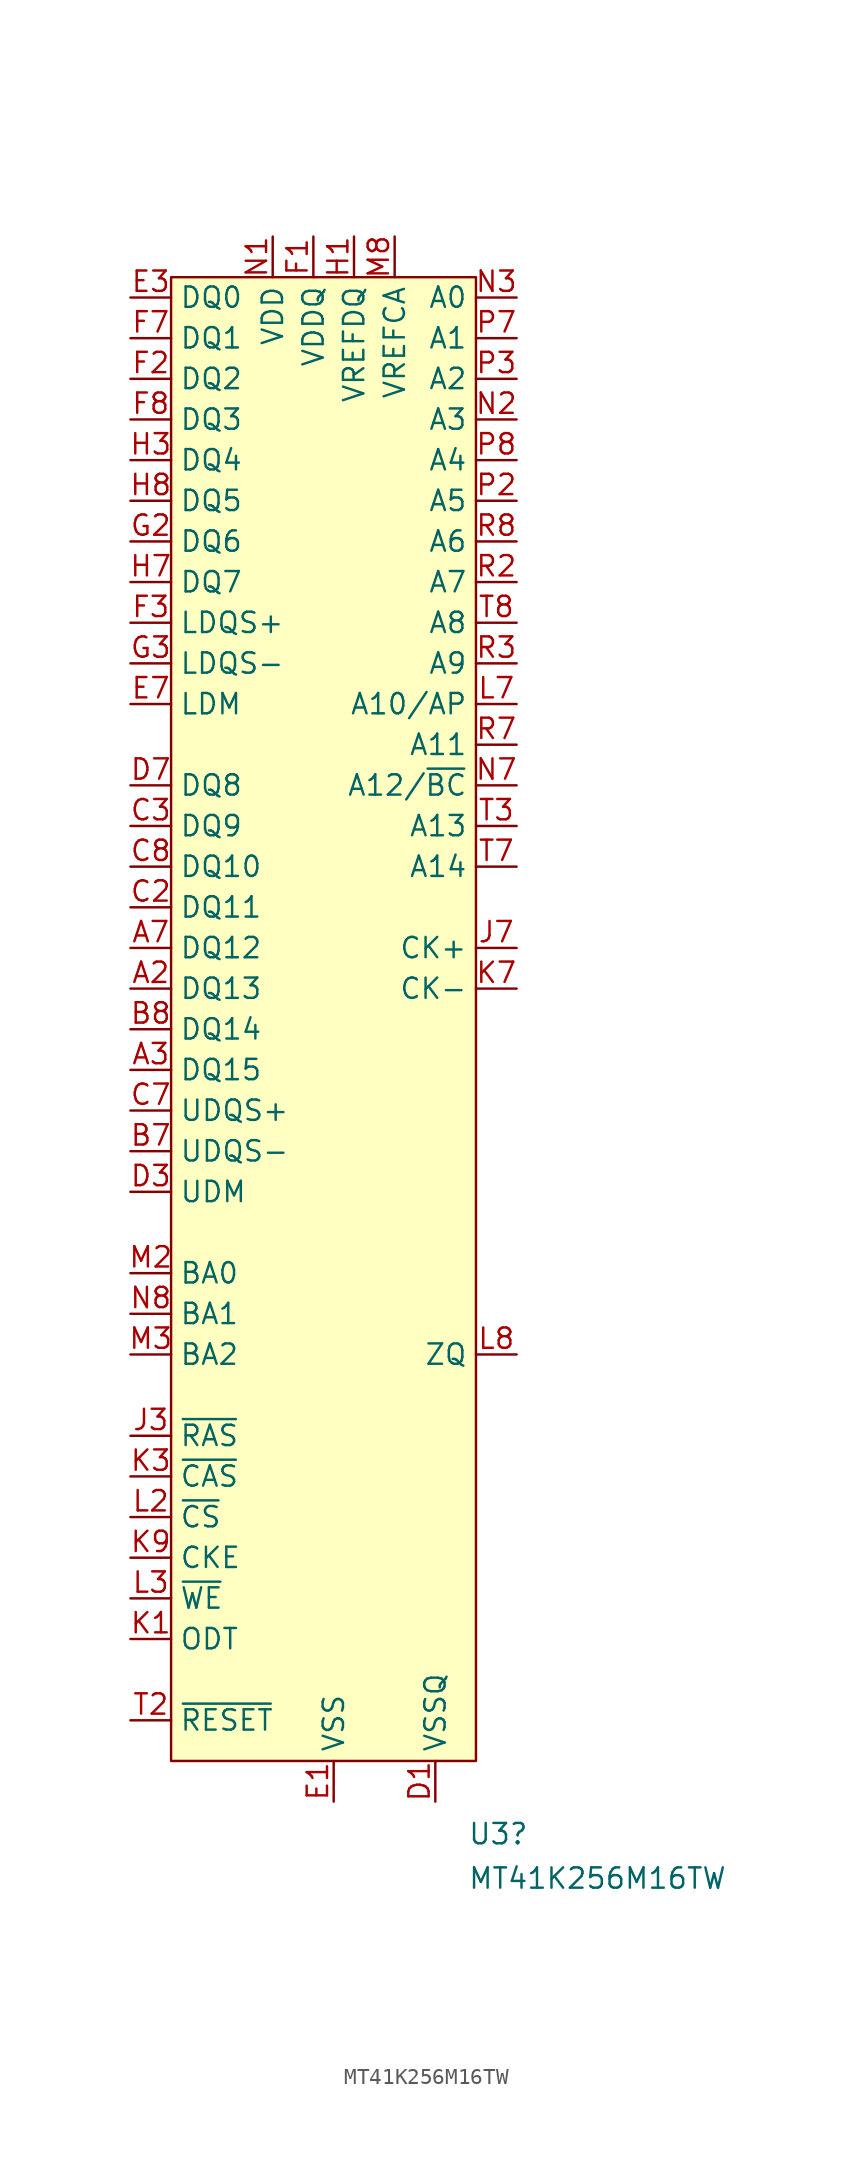
<source format=kicad_sym>
(kicad_symbol_lib
  (version 20231120)
  (generator "kicad_symbol_editor")
  (generator_version "8.0")
  (symbol "MT41K256M16TW"
    (property "Reference" "U3"
      (at 7.099 -103.623 0)
      (effects (font (size 1.27 1.27)) (justify left)))
    (property "Value" "MT41K256M16TW"
      (at 7.099 -106.398 0)
      (effects (font (size 1.27 1.27)) (justify left)))
    (symbol "MT41K256M16TW_0_1"
      (rectangle (start -11.43 -6.35) (end 7.62 -99.06) (stroke (width 0.152) (type default)) (fill (type background))))
    (symbol "MT41K256M16TW_1_1"
      (pin passive line (at -2.54 -3.81 180) (length 0) hide (name "VDDQ" (effects (font (size 1.27 1.27)))) (number "A1" (effects (font (size 1.27 1.27)))))
      (pin bidirectional line (at -13.97 -50.8 0) (length 2.54) (name "DQ13" (effects (font (size 1.27 1.27)))) (number "A2" (effects (font (size 1.27 1.27)))))
      (pin bidirectional line (at -13.97 -55.88 0) (length 2.54) (name "DQ15" (effects (font (size 1.27 1.27)))) (number "A3" (effects (font (size 1.27 1.27)))))
      (pin bidirectional line (at -13.97 -48.26 0) (length 2.54) (name "DQ12" (effects (font (size 1.27 1.27)))) (number "A7" (effects (font (size 1.27 1.27)))))
      (pin passive line (at -2.54 -3.81 180) (length 0) hide (name "VDDQ" (effects (font (size 1.27 1.27)))) (number "A8" (effects (font (size 1.27 1.27)))))
      (pin passive line (at -1.27 -101.6 0) (length 0) hide (name "VSS" (effects (font (size 1.27 1.27)))) (number "A9" (effects (font (size 1.27 1.27)))))
      (pin passive line (at 5.08 -101.6 0) (length 0) hide (name "VSSQ" (effects (font (size 1.27 1.27)))) (number "B1" (effects (font (size 1.27 1.27)))))
      (pin passive line (at -5.08 -3.81 180) (length 0) hide (name "VDD" (effects (font (size 1.27 1.27)))) (number "B2" (effects (font (size 1.27 1.27)))))
      (pin passive line (at -1.27 -101.6 0) (length 0) hide (name "VSS" (effects (font (size 1.27 1.27)))) (number "B3" (effects (font (size 1.27 1.27)))))
      (pin bidirectional line (at -13.97 -60.96 0) (length 2.54) (name "UDQS-" (effects (font (size 1.27 1.27)))) (number "B7" (effects (font (size 1.27 1.27)))))
      (pin bidirectional line (at -13.97 -53.34 0) (length 2.54) (name "DQ14" (effects (font (size 1.27 1.27)))) (number "B8" (effects (font (size 1.27 1.27)))))
      (pin passive line (at 5.08 -101.6 0) (length 0) hide (name "VSSQ" (effects (font (size 1.27 1.27)))) (number "B9" (effects (font (size 1.27 1.27)))))
      (pin passive line (at -2.54 -3.81 180) (length 0) hide (name "VDDQ" (effects (font (size 1.27 1.27)))) (number "C1" (effects (font (size 1.27 1.27)))))
      (pin bidirectional line (at -13.97 -45.72 0) (length 2.54) (name "DQ11" (effects (font (size 1.27 1.27)))) (number "C2" (effects (font (size 1.27 1.27)))))
      (pin bidirectional line (at -13.97 -40.64 0) (length 2.54) (name "DQ9" (effects (font (size 1.27 1.27)))) (number "C3" (effects (font (size 1.27 1.27)))))
      (pin bidirectional line (at -13.97 -58.42 0) (length 2.54) (name "UDQS+" (effects (font (size 1.27 1.27)))) (number "C7" (effects (font (size 1.27 1.27)))))
      (pin bidirectional line (at -13.97 -43.18 0) (length 2.54) (name "DQ10" (effects (font (size 1.27 1.27)))) (number "C8" (effects (font (size 1.27 1.27)))))
      (pin passive line (at -2.54 -3.81 180) (length 0) hide (name "VDDQ" (effects (font (size 1.27 1.27)))) (number "C9" (effects (font (size 1.27 1.27)))))
      (pin power_in line (at 5.08 -101.6 90) (length 2.54) (name "VSSQ" (effects (font (size 1.27 1.27)))) (number "D1" (effects (font (size 1.27 1.27)))))
      (pin passive line (at -2.54 -3.81 180) (length 0) hide (name "VDDQ" (effects (font (size 1.27 1.27)))) (number "D2" (effects (font (size 1.27 1.27)))))
      (pin input line (at -13.97 -63.5 0) (length 2.54) (name "UDM" (effects (font (size 1.27 1.27)))) (number "D3" (effects (font (size 1.27 1.27)))))
      (pin bidirectional line (at -13.97 -38.1 0) (length 2.54) (name "DQ8" (effects (font (size 1.27 1.27)))) (number "D7" (effects (font (size 1.27 1.27)))))
      (pin passive line (at 5.08 -101.6 0) (length 0) hide (name "VSSQ" (effects (font (size 1.27 1.27)))) (number "D8" (effects (font (size 1.27 1.27)))))
      (pin passive line (at -5.08 -3.81 180) (length 0) hide (name "VDD" (effects (font (size 1.27 1.27)))) (number "D9" (effects (font (size 1.27 1.27)))))
      (pin power_in line (at -1.27 -101.6 90) (length 2.54) (name "VSS" (effects (font (size 1.27 1.27)))) (number "E1" (effects (font (size 1.27 1.27)))))
      (pin passive line (at 5.08 -101.6 0) (length 0) hide (name "VSSQ" (effects (font (size 1.27 1.27)))) (number "E2" (effects (font (size 1.27 1.27)))))
      (pin bidirectional line (at -13.97 -7.62 0) (length 2.54) (name "DQ0" (effects (font (size 1.27 1.27)))) (number "E3" (effects (font (size 1.27 1.27)))))
      (pin input line (at -13.97 -33.02 0) (length 2.54) (name "LDM" (effects (font (size 1.27 1.27)))) (number "E7" (effects (font (size 1.27 1.27)))))
      (pin passive line (at 5.08 -101.6 0) (length 0) hide (name "VSSQ" (effects (font (size 1.27 1.27)))) (number "E8" (effects (font (size 1.27 1.27)))))
      (pin passive line (at -2.54 -3.81 180) (length 0) hide (name "VDDQ" (effects (font (size 1.27 1.27)))) (number "E9" (effects (font (size 1.27 1.27)))))
      (pin power_in line (at -2.54 -3.81 270) (length 2.54) (name "VDDQ" (effects (font (size 1.27 1.27)))) (number "F1" (effects (font (size 1.27 1.27)))))
      (pin bidirectional line (at -13.97 -12.7 0) (length 2.54) (name "DQ2" (effects (font (size 1.27 1.27)))) (number "F2" (effects (font (size 1.27 1.27)))))
      (pin bidirectional line (at -13.97 -27.94 0) (length 2.54) (name "LDQS+" (effects (font (size 1.27 1.27)))) (number "F3" (effects (font (size 1.27 1.27)))))
      (pin bidirectional line (at -13.97 -10.16 0) (length 2.54) (name "DQ1" (effects (font (size 1.27 1.27)))) (number "F7" (effects (font (size 1.27 1.27)))))
      (pin bidirectional line (at -13.97 -15.24 0) (length 2.54) (name "DQ3" (effects (font (size 1.27 1.27)))) (number "F8" (effects (font (size 1.27 1.27)))))
      (pin passive line (at 5.08 -101.6 0) (length 0) hide (name "VSSQ" (effects (font (size 1.27 1.27)))) (number "F9" (effects (font (size 1.27 1.27)))))
      (pin passive line (at 5.08 -101.6 0) (length 0) hide (name "VSSQ" (effects (font (size 1.27 1.27)))) (number "G1" (effects (font (size 1.27 1.27)))))
      (pin bidirectional line (at -13.97 -22.86 0) (length 2.54) (name "DQ6" (effects (font (size 1.27 1.27)))) (number "G2" (effects (font (size 1.27 1.27)))))
      (pin bidirectional line (at -13.97 -30.48 0) (length 2.54) (name "LDQS-" (effects (font (size 1.27 1.27)))) (number "G3" (effects (font (size 1.27 1.27)))))
      (pin passive line (at -5.08 -3.81 180) (length 0) hide (name "VDD" (effects (font (size 1.27 1.27)))) (number "G7" (effects (font (size 1.27 1.27)))))
      (pin passive line (at -1.27 -101.6 0) (length 0) hide (name "VSS" (effects (font (size 1.27 1.27)))) (number "G8" (effects (font (size 1.27 1.27)))))
      (pin passive line (at 5.08 -101.6 0) (length 0) hide (name "VSSQ" (effects (font (size 1.27 1.27)))) (number "G9" (effects (font (size 1.27 1.27)))))
      (pin input line (at 0 -3.81 270) (length 2.54) (name "VREFDQ" (effects (font (size 1.27 1.27)))) (number "H1" (effects (font (size 1.27 1.27)))))
      (pin passive line (at -2.54 -3.81 180) (length 0) hide (name "VDDQ" (effects (font (size 1.27 1.27)))) (number "H2" (effects (font (size 1.27 1.27)))))
      (pin bidirectional line (at -13.97 -17.78 0) (length 2.54) (name "DQ4" (effects (font (size 1.27 1.27)))) (number "H3" (effects (font (size 1.27 1.27)))))
      (pin bidirectional line (at -13.97 -25.4 0) (length 2.54) (name "DQ7" (effects (font (size 1.27 1.27)))) (number "H7" (effects (font (size 1.27 1.27)))))
      (pin bidirectional line (at -13.97 -20.32 0) (length 2.54) (name "DQ5" (effects (font (size 1.27 1.27)))) (number "H8" (effects (font (size 1.27 1.27)))))
      (pin passive line (at -2.54 -3.81 180) (length 0) hide (name "VDDQ" (effects (font (size 1.27 1.27)))) (number "H9" (effects (font (size 1.27 1.27)))))
      (pin no_connect line (at -1.27 -45.72 270) (length 0) hide (name "NC" (effects (font (size 1.27 1.27)))) (number "J1" (effects (font (size 1.27 1.27)))))
      (pin passive line (at -1.27 -101.6 0) (length 0) hide (name "VSS" (effects (font (size 1.27 1.27)))) (number "J2" (effects (font (size 1.27 1.27)))))
      (pin input line (at -13.97 -78.74 0) (length 2.54) (name "~{RAS}" (effects (font (size 1.27 1.27)))) (number "J3" (effects (font (size 1.27 1.27)))))
      (pin input line (at 10.16 -48.26 180) (length 2.54) (name "CK+" (effects (font (size 1.27 1.27)))) (number "J7" (effects (font (size 1.27 1.27)))))
      (pin passive line (at -1.27 -101.6 0) (length 0) hide (name "VSS" (effects (font (size 1.27 1.27)))) (number "J8" (effects (font (size 1.27 1.27)))))
      (pin no_connect line (at -1.27 -50.8 270) (length 0) hide (name "NC" (effects (font (size 1.27 1.27)))) (number "J9" (effects (font (size 1.27 1.27)))))
      (pin input line (at -13.97 -91.44 0) (length 2.54) (name "ODT" (effects (font (size 1.27 1.27)))) (number "K1" (effects (font (size 1.27 1.27)))))
      (pin passive line (at -5.08 -3.81 180) (length 0) hide (name "VDD" (effects (font (size 1.27 1.27)))) (number "K2" (effects (font (size 1.27 1.27)))))
      (pin input line (at -13.97 -81.28 0) (length 2.54) (name "~{CAS}" (effects (font (size 1.27 1.27)))) (number "K3" (effects (font (size 1.27 1.27)))))
      (pin input line (at 10.16 -50.8 180) (length 2.54) (name "CK-" (effects (font (size 1.27 1.27)))) (number "K7" (effects (font (size 1.27 1.27)))))
      (pin passive line (at -5.08 -3.81 180) (length 0) hide (name "VDD" (effects (font (size 1.27 1.27)))) (number "K8" (effects (font (size 1.27 1.27)))))
      (pin input line (at -13.97 -86.36 0) (length 2.54) (name "CKE" (effects (font (size 1.27 1.27)))) (number "K9" (effects (font (size 1.27 1.27)))))
      (pin no_connect line (at -1.27 -46.99 270) (length 0) hide (name "NC" (effects (font (size 1.27 1.27)))) (number "L1" (effects (font (size 1.27 1.27)))))
      (pin input line (at -13.97 -83.82 0) (length 2.54) (name "~{CS}" (effects (font (size 1.27 1.27)))) (number "L2" (effects (font (size 1.27 1.27)))))
      (pin input line (at -13.97 -88.9 0) (length 2.54) (name "~{WE}" (effects (font (size 1.27 1.27)))) (number "L3" (effects (font (size 1.27 1.27)))))
      (pin input line (at 10.16 -33.02 180) (length 2.54) (name "A10/AP" (effects (font (size 1.27 1.27)))) (number "L7" (effects (font (size 1.27 1.27)))))
      (pin passive line (at 10.16 -73.66 180) (length 2.54) (name "ZQ" (effects (font (size 1.27 1.27)))) (number "L8" (effects (font (size 1.27 1.27)))))
      (pin no_connect line (at -1.27 -49.53 270) (length 0) hide (name "NC" (effects (font (size 1.27 1.27)))) (number "L9" (effects (font (size 1.27 1.27)))))
      (pin passive line (at -1.27 -101.6 0) (length 0) hide (name "VSS" (effects (font (size 1.27 1.27)))) (number "M1" (effects (font (size 1.27 1.27)))))
      (pin input line (at -13.97 -68.58 0) (length 2.54) (name "BA0" (effects (font (size 1.27 1.27)))) (number "M2" (effects (font (size 1.27 1.27)))))
      (pin input line (at -13.97 -73.66 0) (length 2.54) (name "BA2" (effects (font (size 1.27 1.27)))) (number "M3" (effects (font (size 1.27 1.27)))))
      (pin no_connect line (at -1.27 -48.26 270) (length 0) hide (name "NC" (effects (font (size 1.27 1.27)))) (number "M7" (effects (font (size 1.27 1.27)))))
      (pin input line (at 2.54 -3.81 270) (length 2.54) (name "VREFCA" (effects (font (size 1.27 1.27)))) (number "M8" (effects (font (size 1.27 1.27)))))
      (pin passive line (at -1.27 -101.6 0) (length 0) hide (name "VSS" (effects (font (size 1.27 1.27)))) (number "M9" (effects (font (size 1.27 1.27)))))
      (pin power_in line (at -5.08 -3.81 270) (length 2.54) (name "VDD" (effects (font (size 1.27 1.27)))) (number "N1" (effects (font (size 1.27 1.27)))))
      (pin input line (at 10.16 -15.24 180) (length 2.54) (name "A3" (effects (font (size 1.27 1.27)))) (number "N2" (effects (font (size 1.27 1.27)))))
      (pin input line (at 10.16 -7.62 180) (length 2.54) (name "A0" (effects (font (size 1.27 1.27)))) (number "N3" (effects (font (size 1.27 1.27)))))
      (pin input line (at 10.16 -38.1 180) (length 2.54) (name "A12/~{BC}" (effects (font (size 1.27 1.27)))) (number "N7" (effects (font (size 1.27 1.27)))))
      (pin input line (at -13.97 -71.12 0) (length 2.54) (name "BA1" (effects (font (size 1.27 1.27)))) (number "N8" (effects (font (size 1.27 1.27)))))
      (pin passive line (at -5.08 -3.81 180) (length 0) hide (name "VDD" (effects (font (size 1.27 1.27)))) (number "N9" (effects (font (size 1.27 1.27)))))
      (pin passive line (at -1.27 -101.6 0) (length 0) hide (name "VSS" (effects (font (size 1.27 1.27)))) (number "P1" (effects (font (size 1.27 1.27)))))
      (pin input line (at 10.16 -20.32 180) (length 2.54) (name "A5" (effects (font (size 1.27 1.27)))) (number "P2" (effects (font (size 1.27 1.27)))))
      (pin input line (at 10.16 -12.7 180) (length 2.54) (name "A2" (effects (font (size 1.27 1.27)))) (number "P3" (effects (font (size 1.27 1.27)))))
      (pin input line (at 10.16 -10.16 180) (length 2.54) (name "A1" (effects (font (size 1.27 1.27)))) (number "P7" (effects (font (size 1.27 1.27)))))
      (pin input line (at 10.16 -17.78 180) (length 2.54) (name "A4" (effects (font (size 1.27 1.27)))) (number "P8" (effects (font (size 1.27 1.27)))))
      (pin passive line (at -1.27 -101.6 0) (length 0) hide (name "VSS" (effects (font (size 1.27 1.27)))) (number "P9" (effects (font (size 1.27 1.27)))))
      (pin passive line (at -5.08 -3.81 180) (length 0) hide (name "VDD" (effects (font (size 1.27 1.27)))) (number "R1" (effects (font (size 1.27 1.27)))))
      (pin input line (at 10.16 -25.4 180) (length 2.54) (name "A7" (effects (font (size 1.27 1.27)))) (number "R2" (effects (font (size 1.27 1.27)))))
      (pin input line (at 10.16 -30.48 180) (length 2.54) (name "A9" (effects (font (size 1.27 1.27)))) (number "R3" (effects (font (size 1.27 1.27)))))
      (pin input line (at 10.16 -35.56 180) (length 2.54) (name "A11" (effects (font (size 1.27 1.27)))) (number "R7" (effects (font (size 1.27 1.27)))))
      (pin input line (at 10.16 -22.86 180) (length 2.54) (name "A6" (effects (font (size 1.27 1.27)))) (number "R8" (effects (font (size 1.27 1.27)))))
      (pin passive line (at -5.08 -3.81 180) (length 0) hide (name "VDD" (effects (font (size 1.27 1.27)))) (number "R9" (effects (font (size 1.27 1.27)))))
      (pin passive line (at -1.27 -101.6 0) (length 0) hide (name "VSS" (effects (font (size 1.27 1.27)))) (number "T1" (effects (font (size 1.27 1.27)))))
      (pin input line (at -13.97 -96.52 0) (length 2.54) (name "~{RESET}" (effects (font (size 1.27 1.27)))) (number "T2" (effects (font (size 1.27 1.27)))))
      (pin input line (at 10.16 -40.64 180) (length 2.54) (name "A13" (effects (font (size 1.27 1.27)))) (number "T3" (effects (font (size 1.27 1.27)))))
      (pin input line (at 10.16 -43.18 180) (length 2.54) (name "A14" (effects (font (size 1.27 1.27)))) (number "T7" (effects (font (size 1.27 1.27)))))
      (pin input line (at 10.16 -27.94 180) (length 2.54) (name "A8" (effects (font (size 1.27 1.27)))) (number "T8" (effects (font (size 1.27 1.27)))))
      (pin passive line (at -1.27 -101.6 0) (length 0) hide (name "VSS" (effects (font (size 1.27 1.27)))) (number "T9" (effects (font (size 1.27 1.27))))))))
</source>
